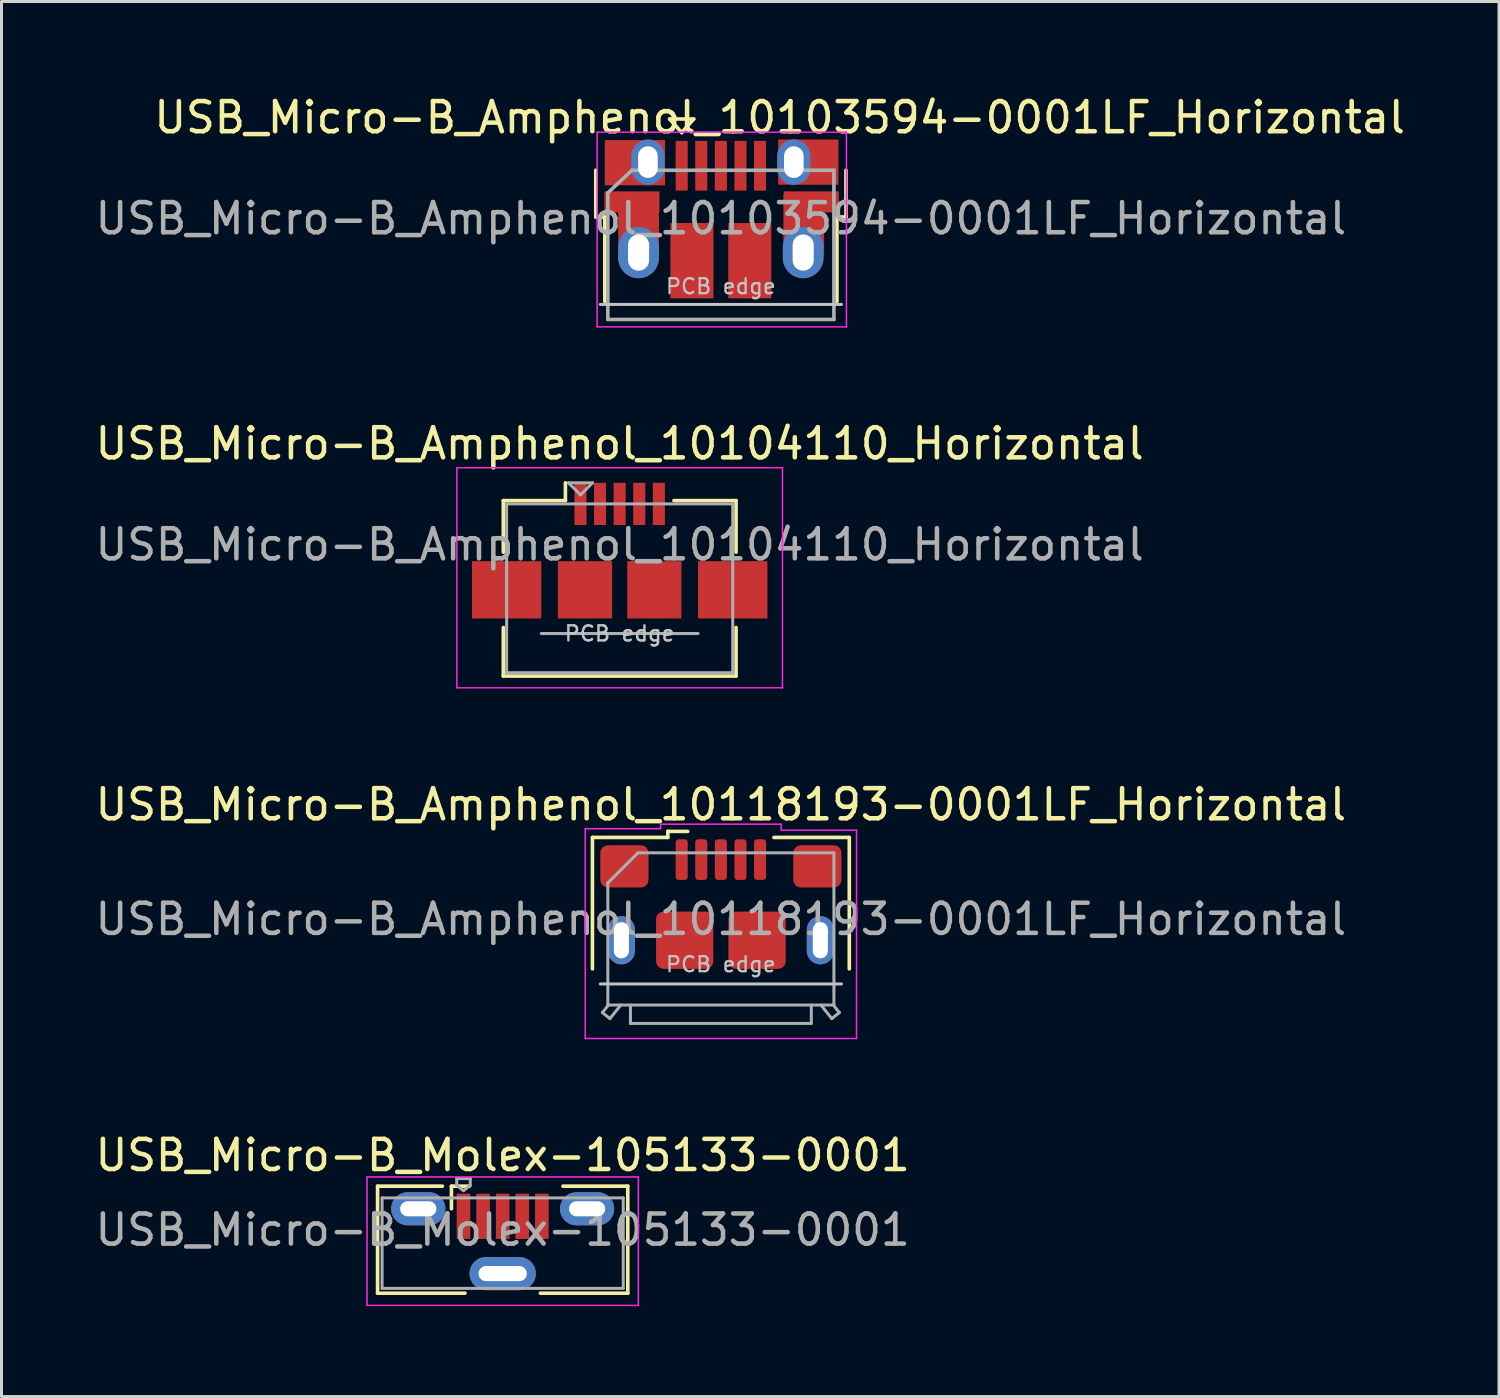
<source format=kicad_pcb>
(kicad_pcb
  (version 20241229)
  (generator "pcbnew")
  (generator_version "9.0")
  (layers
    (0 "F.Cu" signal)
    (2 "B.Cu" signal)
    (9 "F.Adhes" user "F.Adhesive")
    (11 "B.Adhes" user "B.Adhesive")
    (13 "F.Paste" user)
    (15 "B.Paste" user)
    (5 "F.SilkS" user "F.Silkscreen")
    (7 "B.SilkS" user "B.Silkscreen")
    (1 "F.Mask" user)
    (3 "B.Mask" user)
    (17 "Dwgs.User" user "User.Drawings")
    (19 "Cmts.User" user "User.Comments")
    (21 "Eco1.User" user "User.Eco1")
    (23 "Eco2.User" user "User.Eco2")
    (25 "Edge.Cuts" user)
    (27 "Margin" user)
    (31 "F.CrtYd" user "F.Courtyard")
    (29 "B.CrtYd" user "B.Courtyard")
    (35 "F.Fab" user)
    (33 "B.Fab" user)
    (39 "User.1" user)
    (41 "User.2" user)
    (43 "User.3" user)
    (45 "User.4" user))
  (footprint "USB_Micro-B_Amphenol_10104110_Horizontal"
    (layer "F.Cu")
    (at 17.506 15.216)
    (property "Reference" "USB_Micro-B_Amphenol_10104110_Horizontal" (at 0 -3.55 0) (layer "F.SilkS") (effects (font (size 1 1) (thickness 0.15))))
    (attr smd)
    (fp_line (start -3.86 -1.66) (end -1.8 -1.66) (stroke (width 0.12) (type solid)) (layer "F.SilkS"))
    (fp_line (start -3.86 0.05) (end -3.86 -1.66) (stroke (width 0.12) (type solid)) (layer "F.SilkS"))
    (fp_line (start -3.86 4.16) (end -3.86 2.55) (stroke (width 0.12) (type solid)) (layer "F.SilkS"))
    (fp_line (start -3.86 4.16) (end 3.86 4.16) (stroke (width 0.12) (type solid)) (layer "F.SilkS"))
    (fp_line (start -1.8 -1.66) (end -1.8 -2.25) (stroke (width 0.12) (type solid)) (layer "F.SilkS"))
    (fp_line (start 3.86 -1.66) (end 1.8 -1.66) (stroke (width 0.12) (type solid)) (layer "F.SilkS"))
    (fp_line (start 3.86 0.05) (end 3.86 -1.66) (stroke (width 0.12) (type solid)) (layer "F.SilkS"))
    (fp_line (start 3.86 4.16) (end 3.86 2.55) (stroke (width 0.12) (type solid)) (layer "F.SilkS"))
    (fp_line (start -5.4 -2.75) (end -5.4 4.55) (stroke (width 0.05) (type solid)) (layer "F.CrtYd"))
    (fp_line (start -5.4 4.55) (end 5.4 4.55) (stroke (width 0.05) (type solid)) (layer "F.CrtYd"))
    (fp_line (start 5.4 -2.75) (end -5.4 -2.75) (stroke (width 0.05) (type solid)) (layer "F.CrtYd"))
    (fp_line (start 5.4 4.55) (end 5.4 -2.75) (stroke (width 0.05) (type solid)) (layer "F.CrtYd"))
    (fp_line (start -3.75 -1.55) (end 3.75 -1.55) (stroke (width 0.1) (type solid)) (layer "F.Fab"))
    (fp_line (start -3.75 4.05) (end -3.75 -1.55) (stroke (width 0.1) (type solid)) (layer "F.Fab"))
    (fp_line (start -2.6 2.75) (end 2.6 2.75) (stroke (width 0.1) (type solid)) (layer "F.Fab"))
    (fp_line (start -1.7 -2.25) (end -1.3 -1.85) (stroke (width 0.1) (type solid)) (layer "F.Fab"))
    (fp_line (start -1.3 -1.85) (end -0.9 -2.25) (stroke (width 0.1) (type solid)) (layer "F.Fab"))
    (fp_line (start -0.9 -2.25) (end -1.7 -2.25) (stroke (width 0.1) (type solid)) (layer "F.Fab"))
    (fp_line (start 3.75 -1.55) (end 3.75 4.05) (stroke (width 0.1) (type solid)) (layer "F.Fab"))
    (fp_line (start 3.75 4.05) (end -3.75 4.05) (stroke (width 0.1) (type solid)) (layer "F.Fab"))
    (fp_text user "PCB edge" (at 0 2.75 0) (layer "Dwgs.User") (effects (font (size 0.5 0.5) (thickness 0.08))))
    (fp_text user "${REFERENCE}" (at 0 -0.2 0) (layer "F.Fab") (effects (font (size 1 1) (thickness 0.15))))
    (pad "1" smd rect (at -1.3 -1.55) (size 0.4 1.4) (layers "F.Cu" "F.Mask" "F.Paste"))
    (pad "2" smd rect (at -0.65 -1.55) (size 0.4 1.4) (layers "F.Cu" "F.Mask" "F.Paste"))
    (pad "3" smd rect (at 0 -1.55) (size 0.4 1.4) (layers "F.Cu" "F.Mask" "F.Paste"))
    (pad "4" smd rect (at 0.65 -1.55) (size 0.4 1.4) (layers "F.Cu" "F.Mask" "F.Paste"))
    (pad "5" smd rect (at 1.3 -1.55) (size 0.4 1.4) (layers "F.Cu" "F.Mask" "F.Paste"))
    (pad "6" smd rect (at -3.75 1.3) (size 2.3 1.9) (layers "F.Cu" "F.Mask" "F.Paste"))
    (pad "6" smd rect (at -1.15 1.3) (size 1.8 1.9) (layers "F.Cu" "F.Mask" "F.Paste"))
    (pad "6" smd rect (at 1.15 1.3) (size 1.8 1.9) (layers "F.Cu" "F.Mask" "F.Paste"))
    (pad "6" smd rect (at 3.75 1.3) (size 2.3 1.9) (layers "F.Cu" "F.Mask" "F.Paste")))
  (footprint "USB_Micro-B_Molex-105133-0001"
    (layer "F.Cu")
    (at 13.625 38.123)
    (property "Reference" "USB_Micro-B_Molex-105133-0001" (at 0 -2.85 0) (layer "F.SilkS") (effects (font (size 1 1) (thickness 0.15))))
    (attr smd)
    (fp_line (start -4.15 -1.825) (end -4.15 1.725) (stroke (width 0.12) (type solid)) (layer "F.SilkS"))
    (fp_line (start -4.15 1.725) (end -1.25 1.725) (stroke (width 0.12) (type solid)) (layer "F.SilkS"))
    (fp_line (start -2 -1.825) (end -4.15 -1.825) (stroke (width 0.12) (type solid)) (layer "F.SilkS"))
    (fp_line (start -1.7 -1.825) (end -1.1 -1.825) (stroke (width 0.12) (type solid)) (layer "F.SilkS"))
    (fp_line (start -1.7 -1.075) (end -1.7 -1.825) (stroke (width 0.12) (type solid)) (layer "F.SilkS"))
    (fp_line (start 2 -1.825) (end 4.15 -1.825) (stroke (width 0.12) (type solid)) (layer "F.SilkS"))
    (fp_line (start 4.15 -1.825) (end 4.15 1.725) (stroke (width 0.12) (type solid)) (layer "F.SilkS"))
    (fp_line (start 4.15 1.725) (end 1.25 1.725) (stroke (width 0.12) (type solid)) (layer "F.SilkS"))
    (fp_line (start -4.5 -2.13) (end 4.5 -2.13) (stroke (width 0.05) (type solid)) (layer "F.CrtYd"))
    (fp_line (start -4.5 2.13) (end -4.5 -2.13) (stroke (width 0.05) (type solid)) (layer "F.CrtYd"))
    (fp_line (start -4.5 2.13) (end 4.5 2.13) (stroke (width 0.05) (type solid)) (layer "F.CrtYd"))
    (fp_line (start 4.5 2.13) (end 4.5 -2.13) (stroke (width 0.05) (type solid)) (layer "F.CrtYd"))
    (fp_line (start -4 1.565) (end -4 -1.435) (stroke (width 0.1) (type solid)) (layer "F.Fab"))
    (fp_line (start -4 1.565) (end 4 1.565) (stroke (width 0.1) (type solid)) (layer "F.Fab"))
    (fp_line (start -1.525 -2.075) (end -1.075 -2.075) (stroke (width 0.1) (type solid)) (layer "F.Fab"))
    (fp_line (start -1.525 -1.85) (end -1.525 -2.075) (stroke (width 0.1) (type solid)) (layer "F.Fab"))
    (fp_line (start -1.3 -1.675) (end -1.525 -1.85) (stroke (width 0.1) (type solid)) (layer "F.Fab"))
    (fp_line (start -1.3 -1.675) (end -1.075 -1.85) (stroke (width 0.1) (type solid)) (layer "F.Fab"))
    (fp_line (start -1.075 -2.075) (end -1.075 -1.85) (stroke (width 0.1) (type solid)) (layer "F.Fab"))
    (fp_line (start 4 -1.435) (end -4 -1.435) (stroke (width 0.1) (type solid)) (layer "F.Fab"))
    (fp_line (start 4 1.565) (end 4 -1.435) (stroke (width 0.1) (type solid)) (layer "F.Fab"))
    (fp_text user "${REFERENCE}" (at 0 -0.375 0) (layer "F.Fab") (effects (font (size 1 1) (thickness 0.15))))
    (pad "1" smd rect (at -1.3 -0.825) (size 0.45 1.5) (layers "F.Cu" "F.Mask" "F.Paste"))
    (pad "2" smd rect (at -0.65 -0.825) (size 0.45 1.5) (layers "F.Cu" "F.Mask" "F.Paste"))
    (pad "3" smd rect (at 0 -0.825) (size 0.45 1.5) (layers "F.Cu" "F.Mask" "F.Paste"))
    (pad "4" smd rect (at 0.65 -0.825) (size 0.45 1.5) (layers "F.Cu" "F.Mask" "F.Paste"))
    (pad "5" smd rect (at 1.3 -0.825) (size 0.45 1.5) (layers "F.Cu" "F.Mask" "F.Paste"))
    (pad "6" thru_hole oval (at -2.8 -1.075) (size 1.8 1.1) (drill oval 1.2 0.5) (property pad_prop_heatsink) (layers "*.Cu" "*.Mask"))
    (pad "6" thru_hole oval (at 0 1.075) (size 2.2 1.1) (drill oval 1.6 0.5) (property pad_prop_heatsink) (layers "*.Cu" "*.Mask"))
    (pad "6" thru_hole oval (at 2.8 -1.075) (size 1.8 1.1) (drill oval 1.2 0.5) (property pad_prop_heatsink) (layers "*.Cu" "*.Mask")))
  (footprint "USB_Micro-B_Amphenol_10103594-0001LF_Horizontal"
    (layer "F.Cu")
    (at 20.888 4.213)
    (property "Reference" "USB_Micro-B_Amphenol_10103594-0001LF_Horizontal" (at 1.925 -3.365 0) (layer "F.SilkS") (effects (font (size 1 1) (thickness 0.15))))
    (attr smd)
    (fp_line (start -4.175 -0.065) (end -4.175 -1.615) (stroke (width 0.12) (type solid)) (layer "F.SilkS"))
    (fp_line (start -4.175 -0.065) (end -3.875 -0.065) (stroke (width 0.12) (type solid)) (layer "F.SilkS"))
    (fp_line (start -3.875 2.735) (end -3.875 -0.065) (stroke (width 0.12) (type solid)) (layer "F.SilkS"))
    (fp_line (start -1.725 -3.315) (end -0.925 -3.315) (stroke (width 0.12) (type solid)) (layer "F.SilkS"))
    (fp_line (start -1.325 -2.865) (end -1.725 -3.315) (stroke (width 0.12) (type solid)) (layer "F.SilkS"))
    (fp_line (start -0.925 -3.315) (end -1.325 -2.865) (stroke (width 0.12) (type solid)) (layer "F.SilkS"))
    (fp_line (start 3.825 -0.065) (end 4.125 -0.065) (stroke (width 0.12) (type solid)) (layer "F.SilkS"))
    (fp_line (start 3.825 2.735) (end 3.825 -0.065) (stroke (width 0.12) (type solid)) (layer "F.SilkS"))
    (fp_line (start 4.125 -0.065) (end 4.125 -1.615) (stroke (width 0.12) (type solid)) (layer "F.SilkS"))
    (fp_line (start -4.025 2.835) (end 3.975 2.835) (stroke (width 0.1) (type solid)) (layer "Dwgs.User"))
    (fp_line (start -4.13 -2.88) (end -4.13 3.58) (stroke (width 0.05) (type solid)) (layer "F.CrtYd"))
    (fp_line (start -4.13 -2.88) (end 4.14 -2.88) (stroke (width 0.05) (type solid)) (layer "F.CrtYd"))
    (fp_line (start 4.14 3.58) (end -4.13 3.58) (stroke (width 0.05) (type solid)) (layer "F.CrtYd"))
    (fp_line (start 4.14 3.58) (end 4.14 -2.88) (stroke (width 0.05) (type solid)) (layer "F.CrtYd"))
    (fp_line (start -3.775 -0.865) (end -2.975 -1.615) (stroke (width 0.12) (type solid)) (layer "F.Fab"))
    (fp_line (start -3.775 3.335) (end -3.775 -0.865) (stroke (width 0.12) (type solid)) (layer "F.Fab"))
    (fp_line (start -2.975 -1.615) (end 3.725 -1.615) (stroke (width 0.12) (type solid)) (layer "F.Fab"))
    (fp_line (start 3.725 -1.615) (end 3.725 3.335) (stroke (width 0.12) (type solid)) (layer "F.Fab"))
    (fp_line (start 3.725 3.335) (end -3.775 3.335) (stroke (width 0.12) (type solid)) (layer "F.Fab"))
    (fp_text user "PCB edge" (at -0.025 2.235 0) (layer "Dwgs.User") (effects (font (size 0.5 0.5) (thickness 0.075))))
    (fp_text user "${REFERENCE}" (at -0.025 -0.015 0) (layer "F.Fab") (effects (font (size 1 1) (thickness 0.15))))
    (pad "1" smd rect (at -1.325 -1.765 90) (size 1.65 0.4) (layers "F.Cu" "F.Mask" "F.Paste"))
    (pad "2" smd rect (at -0.675 -1.765 90) (size 1.65 0.4) (layers "F.Cu" "F.Mask" "F.Paste"))
    (pad "3" smd rect (at -0.025 -1.765 90) (size 1.65 0.4) (layers "F.Cu" "F.Mask" "F.Paste"))
    (pad "4" smd rect (at 0.625 -1.765 90) (size 1.65 0.4) (layers "F.Cu" "F.Mask" "F.Paste"))
    (pad "5" smd rect (at 1.275 -1.765 90) (size 1.65 0.4) (layers "F.Cu" "F.Mask" "F.Paste"))
    (pad "6" smd rect (at -2.975 -0.565) (size 1.825 0.7) (layers "F.Cu" "F.Mask" "F.Paste"))
    (pad "6" smd rect (at -2.875 -1.865) (size 2 1.5) (layers "F.Cu" "F.Mask" "F.Paste"))
    (pad "6" smd rect (at -2.755 0.185) (size 1.35 2) (layers "F.Cu" "F.Mask" "F.Paste"))
    (pad "6" thru_hole oval (at -2.755 1.115 90) (size 1.7 1.35) (drill oval 1.2 0.7) (property pad_prop_heatsink) (layers "*.Cu" "*.Mask"))
    (pad "6" thru_hole oval (at -2.445 -1.885 90) (size 1.5 1.1) (drill oval 1.05 0.65) (property pad_prop_heatsink) (layers "*.Cu" "*.Mask"))
    (pad "6" smd rect (at -0.985 1.385 90) (size 2.5 1.43) (layers "F.Cu" "F.Mask" "F.Paste"))
    (pad "6" smd rect (at 0.935 1.385 90) (size 2.5 1.43) (layers "F.Cu" "F.Mask" "F.Paste"))
    (pad "6" thru_hole oval (at 2.395 -1.885 90) (size 1.5 1.1) (drill oval 1.05 0.65) (property pad_prop_heatsink) (layers "*.Cu" "*.Mask"))
    (pad "6" thru_hole oval (at 2.705 1.115 90) (size 1.7 1.35) (drill oval 1.2 0.7) (property pad_prop_heatsink) (layers "*.Cu" "*.Mask"))
    (pad "6" smd rect (at 2.725 0.185) (size 1.35 2) (layers "F.Cu" "F.Mask" "F.Paste"))
    (pad "6" smd rect (at 2.875 -1.885) (size 2 1.5) (layers "F.Cu" "F.Mask" "F.Paste"))
    (pad "6" smd rect (at 2.975 -0.565) (size 1.825 0.7) (layers "F.Cu" "F.Mask" "F.Paste")))
  (footprint "USB_Micro-B_Amphenol_10118193-0001LF_Horizontal"
    (layer "F.Cu")
    (at 20.863 28.14)
    (property "Reference" "USB_Micro-B_Amphenol_10118193-0001LF_Horizontal" (at 0 -4.5 0) (layer "F.SilkS") (effects (font (size 1 1) (thickness 0.15))))
    (attr smd)
    (fp_line (start -4.26 -3.41) (end -4.26 0.95) (stroke (width 0.12) (type solid)) (layer "F.SilkS"))
    (fp_line (start -4.26 -3.41) (end -1.76 -3.41) (stroke (width 0.12) (type default)) (layer "F.SilkS"))
    (fp_line (start -1.76 -3.41) (end -1.76 -3.61) (stroke (width 0.12) (type default)) (layer "F.SilkS"))
    (fp_line (start -1.1 -3.61) (end -1.76 -3.61) (stroke (width 0.12) (type default)) (layer "F.SilkS"))
    (fp_line (start 1.76 -3.41) (end 4.26 -3.41) (stroke (width 0.12) (type default)) (layer "F.SilkS"))
    (fp_line (start 4.26 -3.41) (end 4.26 0.95) (stroke (width 0.12) (type solid)) (layer "F.SilkS"))
    (fp_line (start -4 1.45) (end 4 1.45) (stroke (width 0.1) (type solid)) (layer "Dwgs.User"))
    (fp_line (start -4.5 -3.7) (end -4.5 3.26) (stroke (width 0.05) (type solid)) (layer "F.CrtYd"))
    (fp_line (start -4.5 -3.7) (end -2 -3.7) (stroke (width 0.05) (type default)) (layer "F.CrtYd"))
    (fp_line (start -2 -3.85) (end 2 -3.85) (stroke (width 0.05) (type solid)) (layer "F.CrtYd"))
    (fp_line (start -2 -3.7) (end -2 -3.85) (stroke (width 0.05) (type default)) (layer "F.CrtYd"))
    (fp_line (start 2 -3.65) (end 2 -3.85) (stroke (width 0.05) (type default)) (layer "F.CrtYd"))
    (fp_line (start 4.5 -3.65) (end 2 -3.65) (stroke (width 0.05) (type default)) (layer "F.CrtYd"))
    (fp_line (start 4.5 3.26) (end -4.5 3.26) (stroke (width 0.05) (type solid)) (layer "F.CrtYd"))
    (fp_line (start 4.5 3.26) (end 4.5 -3.65) (stroke (width 0.05) (type solid)) (layer "F.CrtYd"))
    (fp_line (start -3.93 2.4) (end -3.68 2.6) (stroke (width 0.1) (type solid)) (layer "F.Fab"))
    (fp_line (start -3.75 -1.9) (end -3.75 2.15) (stroke (width 0.1) (type solid)) (layer "F.Fab"))
    (fp_line (start -3.75 -1.9) (end -2.75 -2.9) (stroke (width 0.1) (type default)) (layer "F.Fab"))
    (fp_line (start -3.75 2.15) (end 3.75 2.15) (stroke (width 0.1) (type solid)) (layer "F.Fab"))
    (fp_line (start -3.73 2.15) (end -3.93 2.4) (stroke (width 0.1) (type solid)) (layer "F.Fab"))
    (fp_line (start -3.32 2.15) (end -3.68 2.6) (stroke (width 0.1) (type solid)) (layer "F.Fab"))
    (fp_line (start -3 2.15) (end -3 2.76) (stroke (width 0.1) (type solid)) (layer "F.Fab"))
    (fp_line (start -3 2.76) (end 3 2.76) (stroke (width 0.1) (type solid)) (layer "F.Fab"))
    (fp_line (start 3 2.15) (end 3 2.76) (stroke (width 0.1) (type solid)) (layer "F.Fab"))
    (fp_line (start 3.32 2.15) (end 3.68 2.6) (stroke (width 0.1) (type solid)) (layer "F.Fab"))
    (fp_line (start 3.73 -2.9) (end -2.75 -2.9) (stroke (width 0.1) (type solid)) (layer "F.Fab"))
    (fp_line (start 3.73 2.15) (end 3.93 2.4) (stroke (width 0.1) (type solid)) (layer "F.Fab"))
    (fp_line (start 3.75 2.15) (end 3.75 -2.9) (stroke (width 0.1) (type solid)) (layer "F.Fab"))
    (fp_line (start 3.93 2.4) (end 3.68 2.6) (stroke (width 0.1) (type solid)) (layer "F.Fab"))
    (fp_text user "PCB edge" (at 0 0.8 0) (layer "Dwgs.User") (effects (font (size 0.5 0.5) (thickness 0.075))))
    (fp_text user "${REFERENCE}" (at 0 -0.7 0) (layer "F.Fab") (effects (font (size 1 1) (thickness 0.15))))
    (pad "1" smd roundrect (at -1.3 -2.675) (size 0.4 1.35) (layers "F.Cu" "F.Mask" "F.Paste") (roundrect_rratio 0.25))
    (pad "2" smd roundrect (at -0.65 -2.675) (size 0.4 1.35) (layers "F.Cu" "F.Mask" "F.Paste") (roundrect_rratio 0.25))
    (pad "3" smd roundrect (at 0 -2.675) (size 0.4 1.35) (layers "F.Cu" "F.Mask" "F.Paste") (roundrect_rratio 0.25))
    (pad "4" smd roundrect (at 0.65 -2.675) (size 0.4 1.35) (layers "F.Cu" "F.Mask" "F.Paste") (roundrect_rratio 0.25))
    (pad "5" smd roundrect (at 1.3 -2.675) (size 0.4 1.35) (layers "F.Cu" "F.Mask" "F.Paste") (roundrect_rratio 0.25))
    (pad "6" thru_hole oval (at -3.3 0 90) (size 1.6 0.9) (drill oval 1.2 0.5) (property pad_prop_heatsink) (layers "*.Cu" "*.Mask" "F.Paste"))
    (pad "6" smd roundrect (at -3.2 -2.45) (size 1.6 1.4) (layers "F.Cu" "F.Mask" "F.Paste") (roundrect_rratio 0.179))
    (pad "6" smd roundrect (at -1.2 0) (size 1.9 1.9) (layers "F.Cu" "F.Mask" "F.Paste") (roundrect_rratio 0.132))
    (pad "6" smd roundrect (at 1.2 0) (size 1.9 1.9) (layers "F.Cu" "F.Mask" "F.Paste") (roundrect_rratio 0.132))
    (pad "6" smd roundrect (at 3.2 -2.45) (size 1.6 1.4) (layers "F.Cu" "F.Mask" "F.Paste") (roundrect_rratio 0.179))
    (pad "6" thru_hole oval (at 3.3 0 90) (size 1.6 0.9) (drill oval 1.2 0.5) (property pad_prop_heatsink) (layers "*.Cu" "*.Mask" "F.Paste")))
  (gr_rect
    (start -3 -3)
    (end 46.676 43.278)
    (stroke (width 0.1) (type default))
    (fill no)
    (layer "Edge.Cuts")))
</source>
